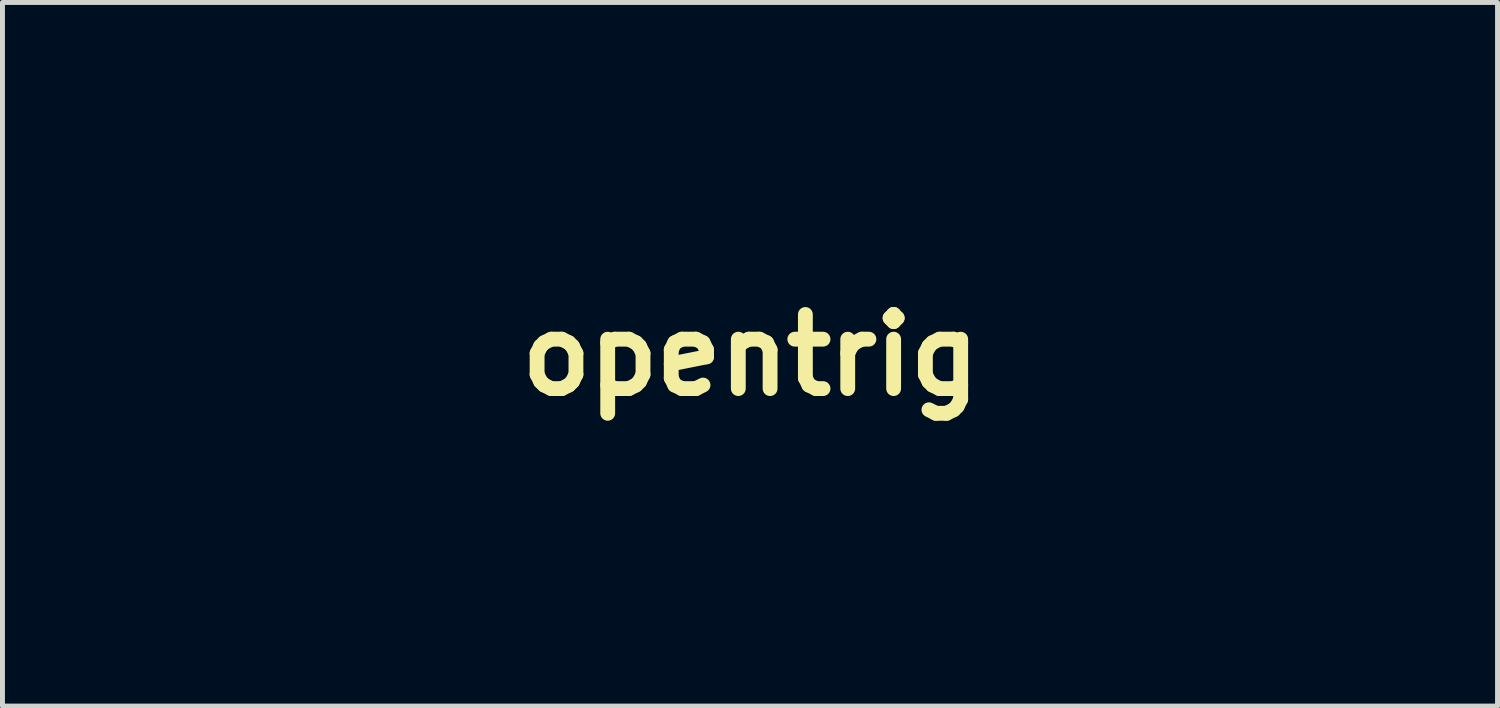
<source format=kicad_pcb>
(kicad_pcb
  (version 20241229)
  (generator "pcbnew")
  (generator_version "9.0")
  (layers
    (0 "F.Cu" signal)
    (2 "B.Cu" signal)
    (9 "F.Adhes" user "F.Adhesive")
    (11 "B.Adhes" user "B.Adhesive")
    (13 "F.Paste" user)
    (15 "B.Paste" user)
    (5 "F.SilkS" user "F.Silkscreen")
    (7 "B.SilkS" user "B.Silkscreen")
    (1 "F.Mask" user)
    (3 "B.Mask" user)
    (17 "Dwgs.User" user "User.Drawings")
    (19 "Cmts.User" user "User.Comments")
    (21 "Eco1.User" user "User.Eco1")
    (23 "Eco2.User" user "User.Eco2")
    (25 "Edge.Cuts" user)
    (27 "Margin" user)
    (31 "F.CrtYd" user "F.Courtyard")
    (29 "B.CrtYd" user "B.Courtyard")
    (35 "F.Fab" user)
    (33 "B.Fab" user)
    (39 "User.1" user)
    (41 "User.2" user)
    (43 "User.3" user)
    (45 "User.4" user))
  (footprint "opentrig"
    (layer "F.Cu")
    (at 12.14 4.135)
    (property "Reference" "opentrig" (at 0 0 0) (layer "F.SilkS") (effects (font (size 1.5 1.5) (thickness 0.3))))
    (attr board_only exclude_from_pos_files exclude_from_bom)
    (fp_poly (pts (xy 7.909 -4.111) (xy 8.07 -4.013) (xy 8.106 -3.973) (xy 8.188 -3.804) (xy 8.189 -3.634) (xy 8.123 -3.48) (xy 8.007 -3.358) (xy 7.854 -3.286) (xy 7.679 -3.281) (xy 7.547 -3.329) (xy 7.438 -3.408) (xy 7.388 -3.459) (xy 7.342 -3.576) (xy 7.331 -3.735) (xy 7.354 -3.887) (xy 7.39 -3.961) (xy 7.539 -4.085) (xy 7.722 -4.135)) (stroke (width 0) (type solid)) (fill yes) (layer "F.Mask"))
    (fp_poly (pts (xy 2.967 2.101) (xy 3.304 2.117) (xy 3.564 2.166) (xy 3.765 2.253) (xy 3.925 2.384) (xy 3.938 2.399) (xy 4.076 2.622) (xy 4.136 2.875) (xy 4.121 3.138) (xy 4.034 3.387) (xy 3.88 3.602) (xy 3.712 3.734) (xy 3.608 3.782) (xy 3.479 3.815) (xy 3.302 3.837) (xy 3.053 3.85) (xy 3.016 3.852) (xy 2.491 3.87) (xy 2.491 2.985) (xy 2.491 2.98) (xy 3.077 2.98) (xy 3.077 3.322) (xy 3.22 3.322) (xy 3.372 3.278) (xy 3.468 3.188) (xy 3.546 3.026) (xy 3.542 2.867) (xy 3.465 2.736) (xy 3.326 2.653) (xy 3.215 2.638) (xy 3.077 2.638) (xy 3.077 2.98) (xy 2.491 2.98) (xy 2.491 2.1)) (stroke (width 0) (type solid)) (fill yes) (layer "F.Mask"))
    (fp_poly (pts (xy 7.031 2.127) (xy 7.243 2.214) (xy 7.424 2.373) (xy 7.439 2.39) (xy 7.589 2.64) (xy 7.653 2.915) (xy 7.629 3.195) (xy 7.516 3.46) (xy 7.499 3.487) (xy 7.382 3.658) (xy 7.552 3.881) (xy 7.722 4.103) (xy 7.361 4.103) (xy 7.174 4.1) (xy 7.06 4.088) (xy 6.996 4.059) (xy 6.958 4.008) (xy 6.948 3.988) (xy 6.896 3.914) (xy 6.804 3.872) (xy 6.645 3.848) (xy 6.379 3.777) (xy 6.152 3.628) (xy 5.981 3.418) (xy 5.881 3.164) (xy 5.862 2.984) (xy 5.863 2.974) (xy 6.448 2.974) (xy 6.486 3.148) (xy 6.587 3.267) (xy 6.728 3.321) (xy 6.887 3.296) (xy 6.962 3.253) (xy 7.03 3.151) (xy 7.057 3.001) (xy 7.043 2.843) (xy 6.988 2.718) (xy 6.976 2.705) (xy 6.845 2.632) (xy 6.702 2.636) (xy 6.572 2.706) (xy 6.479 2.829) (xy 6.448 2.974) (xy 5.863 2.974) (xy 5.905 2.69) (xy 6.028 2.445) (xy 6.22 2.258) (xy 6.471 2.14) (xy 6.76 2.1)) (stroke (width 0) (type solid)) (fill yes) (layer "F.Mask"))
    (fp_poly (pts (xy 5.648 2.977) (xy 5.746 3.247) (xy 5.831 3.483) (xy 5.899 3.671) (xy 5.943 3.796) (xy 5.959 3.844) (xy 5.915 3.852) (xy 5.798 3.857) (xy 5.647 3.859) (xy 5.477 3.856) (xy 5.379 3.842) (xy 5.331 3.807) (xy 5.306 3.743) (xy 5.304 3.737) (xy 5.277 3.666) (xy 5.225 3.63) (xy 5.12 3.616) (xy 5.005 3.615) (xy 4.847 3.619) (xy 4.758 3.641) (xy 4.71 3.69) (xy 4.689 3.737) (xy 4.654 3.805) (xy 4.598 3.842) (xy 4.493 3.856) (xy 4.349 3.859) (xy 4.194 3.853) (xy 4.088 3.839) (xy 4.056 3.822) (xy 4.073 3.767) (xy 4.118 3.635) (xy 4.187 3.442) (xy 4.274 3.203) (xy 4.312 3.098) (xy 4.901 3.098) (xy 4.957 3.125) (xy 4.999 3.126) (xy 5.076 3.119) (xy 5.098 3.081) (xy 5.076 2.984) (xy 5.066 2.953) (xy 5.026 2.851) (xy 4.988 2.838) (xy 4.945 2.916) (xy 4.912 3.016) (xy 4.901 3.098) (xy 4.312 3.098) (xy 4.365 2.955) (xy 4.671 2.125) (xy 5.004 2.125) (xy 5.336 2.125)) (stroke (width 0) (type solid)) (fill yes) (layer "F.Mask"))
    (fp_poly (pts (xy -9.785 -2.559) (xy -9.601 -2.53) (xy -9.439 -2.479) (xy -9.262 -2.4) (xy -8.902 -2.171) (xy -8.608 -1.876) (xy -8.387 -1.525) (xy -8.242 -1.128) (xy -8.178 -0.693) (xy -8.198 -0.229) (xy -8.203 -0.201) (xy -8.311 0.25) (xy -8.494 0.64) (xy -8.748 0.965) (xy -9.072 1.224) (xy -9.277 1.335) (xy -9.441 1.406) (xy -9.59 1.452) (xy -9.755 1.479) (xy -9.97 1.494) (xy -10.083 1.498) (xy -10.348 1.502) (xy -10.549 1.491) (xy -10.721 1.46) (xy -10.868 1.417) (xy -11.256 1.239) (xy -11.582 0.985) (xy -11.843 0.659) (xy -12.024 0.3) (xy -12.093 0.042) (xy -12.132 -0.275) (xy -12.139 -0.546) (xy -11.401 -0.546) (xy -11.401 -0.54) (xy -11.378 -0.195) (xy -11.306 0.083) (xy -11.177 0.319) (xy -11.016 0.502) (xy -10.764 0.683) (xy -10.464 0.793) (xy -10.144 0.829) (xy -9.829 0.785) (xy -9.672 0.729) (xy -9.375 0.55) (xy -9.156 0.314) (xy -9.014 0.02) (xy -8.946 -0.336) (xy -8.939 -0.507) (xy -8.951 -0.816) (xy -8.993 -1.056) (xy -9.074 -1.254) (xy -9.205 -1.435) (xy -9.304 -1.54) (xy -9.545 -1.741) (xy -9.797 -1.857) (xy -10.089 -1.903) (xy -10.172 -1.905) (xy -10.518 -1.861) (xy -10.821 -1.732) (xy -11.072 -1.524) (xy -11.263 -1.242) (xy -11.266 -1.236) (xy -11.336 -1.078) (xy -11.377 -0.935) (xy -11.397 -0.77) (xy -11.401 -0.546) (xy -12.139 -0.546) (xy -12.14 -0.619) (xy -12.117 -0.954) (xy -12.063 -1.249) (xy -12.022 -1.38) (xy -11.822 -1.768) (xy -11.559 -2.084) (xy -11.235 -2.324) (xy -10.856 -2.487) (xy -10.424 -2.57) (xy -10.029 -2.577)) (stroke (width 0) (type solid)) (fill yes) (layer "F.Mask"))
    (fp_poly (pts (xy 10.455 -2.552) (xy 10.821 -2.439) (xy 11.113 -2.273) (xy 11.356 -2.1) (xy 11.39 -2.228) (xy 11.475 -2.398) (xy 11.609 -2.506) (xy 11.767 -2.546) (xy 11.926 -2.508) (xy 12.016 -2.442) (xy 12.04 -2.415) (xy 12.06 -2.38) (xy 12.076 -2.329) (xy 12.088 -2.251) (xy 12.097 -2.138) (xy 12.104 -1.981) (xy 12.108 -1.77) (xy 12.111 -1.496) (xy 12.112 -1.151) (xy 12.113 -0.724) (xy 12.113 -0.305) (xy 12.111 0.168) (xy 12.108 0.607) (xy 12.102 1.002) (xy 12.095 1.342) (xy 12.086 1.618) (xy 12.076 1.818) (xy 12.065 1.932) (xy 12.063 1.944) (xy 11.931 2.333) (xy 11.729 2.668) (xy 11.466 2.939) (xy 11.197 3.111) (xy 11.066 3.171) (xy 10.947 3.211) (xy 10.814 3.236) (xy 10.641 3.251) (xy 10.403 3.259) (xy 10.331 3.26) (xy 10.025 3.261) (xy 9.785 3.249) (xy 9.579 3.22) (xy 9.387 3.176) (xy 9.132 3.096) (xy 8.898 3) (xy 8.704 2.9) (xy 8.568 2.804) (xy 8.508 2.721) (xy 8.508 2.719) (xy 8.516 2.535) (xy 8.601 2.376) (xy 8.67 2.316) (xy 8.733 2.281) (xy 8.797 2.268) (xy 8.886 2.281) (xy 9.023 2.323) (xy 9.215 2.391) (xy 9.64 2.515) (xy 10.039 2.575) (xy 10.402 2.571) (xy 10.717 2.504) (xy 10.972 2.374) (xy 11.075 2.285) (xy 11.231 2.073) (xy 11.33 1.811) (xy 11.376 1.484) (xy 11.381 1.309) (xy 11.381 0.92) (xy 11.198 1.064) (xy 10.844 1.285) (xy 10.465 1.412) (xy 10.066 1.443) (xy 9.809 1.415) (xy 9.403 1.296) (xy 9.047 1.101) (xy 8.748 0.843) (xy 8.509 0.531) (xy 8.336 0.175) (xy 8.231 -0.212) (xy 8.203 -0.604) (xy 8.953 -0.604) (xy 8.979 -0.251) (xy 9.081 0.066) (xy 9.253 0.336) (xy 9.489 0.548) (xy 9.784 0.693) (xy 9.932 0.732) (xy 10.221 0.755) (xy 10.523 0.721) (xy 10.793 0.635) (xy 10.818 0.622) (xy 10.984 0.526) (xy 11.156 0.408) (xy 11.197 0.376) (xy 11.381 0.228) (xy 11.381 -0.564) (xy 11.381 -1.356) (xy 11.189 -1.53) (xy 10.997 -1.69) (xy 10.828 -1.794) (xy 10.649 -1.852) (xy 10.428 -1.876) (xy 10.233 -1.88) (xy 10.007 -1.877) (xy 9.848 -1.862) (xy 9.724 -1.829) (xy 9.606 -1.774) (xy 9.578 -1.758) (xy 9.322 -1.566) (xy 9.136 -1.317) (xy 9.013 -0.997) (xy 9.009 -0.982) (xy 8.953 -0.604) (xy 8.203 -0.604) (xy 8.202 -0.62) (xy 8.251 -1.04) (xy 8.383 -1.459) (xy 8.487 -1.674) (xy 8.71 -1.988) (xy 8.996 -2.239) (xy 9.329 -2.425) (xy 9.694 -2.541) (xy 10.074 -2.585)) (stroke (width 0) (type solid)) (fill yes) (layer "F.Mask"))
    (fp_poly (pts (xy 4.069 -3.249) (xy 4.107 -3.212) (xy 4.127 -3.13) (xy 4.138 -2.981) (xy 4.142 -2.899) (xy 4.156 -2.549) (xy 4.671 -2.532) (xy 4.912 -2.522) (xy 5.074 -2.506) (xy 5.175 -2.483) (xy 5.233 -2.448) (xy 5.248 -2.431) (xy 5.299 -2.375) (xy 5.347 -2.39) (xy 5.398 -2.443) (xy 5.528 -2.522) (xy 5.692 -2.537) (xy 5.849 -2.489) (xy 5.91 -2.442) (xy 5.991 -2.297) (xy 6.008 -2.145) (xy 6.008 -1.945) (xy 6.265 -2.176) (xy 6.427 -2.31) (xy 6.595 -2.429) (xy 6.716 -2.497) (xy 6.857 -2.543) (xy 7.03 -2.574) (xy 7.204 -2.588) (xy 7.349 -2.582) (xy 7.436 -2.556) (xy 7.445 -2.546) (xy 7.506 -2.525) (xy 7.627 -2.523) (xy 7.694 -2.528) (xy 7.859 -2.533) (xy 7.968 -2.499) (xy 8.012 -2.466) (xy 8.037 -2.439) (xy 8.057 -2.404) (xy 8.073 -2.35) (xy 8.085 -2.268) (xy 8.095 -2.147) (xy 8.101 -1.979) (xy 8.105 -1.753) (xy 8.107 -1.459) (xy 8.108 -1.089) (xy 8.108 -0.631) (xy 8.108 -0.565) (xy 8.108 -0.067) (xy 8.107 0.342) (xy 8.103 0.671) (xy 8.094 0.929) (xy 8.08 1.124) (xy 8.059 1.264) (xy 8.029 1.36) (xy 7.988 1.419) (xy 7.937 1.451) (xy 7.872 1.463) (xy 7.792 1.465) (xy 7.766 1.465) (xy 7.586 1.436) (xy 7.475 1.358) (xy 7.448 1.325) (xy 7.426 1.284) (xy 7.409 1.225) (xy 7.396 1.136) (xy 7.387 1.008) (xy 7.382 0.829) (xy 7.378 0.59) (xy 7.376 0.278) (xy 7.376 -0.116) (xy 7.376 -0.32) (xy 7.376 -1.891) (xy 7.119 -1.869) (xy 6.765 -1.79) (xy 6.439 -1.62) (xy 6.217 -1.433) (xy 6.008 -1.224) (xy 6.008 0.023) (xy 6.008 0.405) (xy 6.006 0.702) (xy 6.002 0.925) (xy 5.995 1.087) (xy 5.984 1.199) (xy 5.968 1.273) (xy 5.947 1.323) (xy 5.919 1.359) (xy 5.91 1.368) (xy 5.782 1.441) (xy 5.621 1.464) (xy 5.47 1.434) (xy 5.402 1.39) (xy 5.343 1.345) (xy 5.275 1.35) (xy 5.167 1.402) (xy 5.054 1.448) (xy 4.905 1.476) (xy 4.696 1.488) (xy 4.543 1.49) (xy 4.213 1.473) (xy 3.959 1.418) (xy 3.764 1.318) (xy 3.612 1.166) (xy 3.558 1.088) (xy 3.525 1.031) (xy 3.498 0.973) (xy 3.478 0.902) (xy 3.463 0.806) (xy 3.452 0.672) (xy 3.444 0.488) (xy 3.438 0.243) (xy 3.433 -0.076) (xy 3.429 -0.472) (xy 3.414 -1.848) (xy 3.383 -1.85) (xy 4.152 -1.85) (xy 4.152 -0.658) (xy 4.154 -0.202) (xy 4.162 0.159) (xy 4.175 0.425) (xy 4.192 0.594) (xy 4.208 0.655) (xy 4.318 0.785) (xy 4.496 0.849) (xy 4.736 0.846) (xy 4.738 0.845) (xy 4.915 0.826) (xy 5.082 0.815) (xy 5.117 0.814) (xy 5.275 0.813) (xy 5.275 -0.576) (xy 5.275 -0.98) (xy 5.274 -1.297) (xy 5.271 -1.536) (xy 5.265 -1.709) (xy 5.257 -1.824) (xy 5.245 -1.893) (xy 5.229 -1.925) (xy 5.207 -1.93) (xy 5.19 -1.924) (xy 5.106 -1.905) (xy 4.95 -1.887) (xy 4.749 -1.872) (xy 4.628 -1.867) (xy 4.152 -1.85) (xy 3.383 -1.85) (xy 3.104 -1.864) (xy 2.794 -1.881) (xy 2.875 -1.734) (xy 2.899 -1.679) (xy 2.918 -1.601) (xy 2.933 -1.49) (xy 2.945 -1.335) (xy 2.954 -1.124) (xy 2.961 -0.846) (xy 2.966 -0.491) (xy 2.97 -0.161) (xy 2.974 0.249) (xy 2.976 0.574) (xy 2.976 0.823) (xy 2.973 1.008) (xy 2.965 1.14) (xy 2.954 1.23) (xy 2.937 1.29) (xy 2.915 1.33) (xy 2.887 1.363) (xy 2.885 1.365) (xy 2.745 1.444) (xy 2.57 1.463) (xy 2.405 1.42) (xy 2.366 1.396) (xy 2.338 1.37) (xy 2.315 1.331) (xy 2.298 1.267) (xy 2.284 1.166) (xy 2.274 1.019) (xy 2.265 0.812) (xy 2.258 0.536) (xy 2.25 0.178) (xy 2.247 -0.008) (xy 2.239 -0.409) (xy 2.231 -0.724) (xy 2.223 -0.966) (xy 2.212 -1.149) (xy 2.198 -1.283) (xy 2.181 -1.381) (xy 2.158 -1.456) (xy 2.129 -1.521) (xy 2.122 -1.534) (xy 1.984 -1.725) (xy 1.801 -1.843) (xy 1.56 -1.892) (xy 1.367 -1.891) (xy 1.12 -1.86) (xy 0.911 -1.791) (xy 0.712 -1.672) (xy 0.492 -1.487) (xy 0.455 -1.452) (xy 0.195 -1.207) (xy 0.195 0.000497) (xy 0.195 0.376) (xy 0.193 0.667) (xy 0.189 0.885) (xy 0.182 1.043) (xy 0.17 1.154) (xy 0.153 1.231) (xy 0.13 1.285) (xy 0.099 1.33) (xy 0.094 1.337) (xy -0.04 1.437) (xy -0.207 1.47) (xy -0.371 1.434) (xy -0.469 1.363) (xy -0.502 1.317) (xy -0.527 1.255) (xy -0.545 1.161) (xy -0.558 1.022) (xy -0.567 0.822) (xy -0.574 0.546) (xy -0.577 0.359) (xy -0.592 -0.543) (xy -0.69 -0.418) (xy -0.789 -0.293) (xy -2.178 -0.293) (xy -3.568 -0.293) (xy -3.537 -0.159) (xy -3.497 -0.03) (xy -3.433 0.131) (xy -3.411 0.181) (xy -3.24 0.437) (xy -3.003 0.63) (xy -2.71 0.758) (xy -2.369 0.818) (xy -1.992 0.808) (xy -1.588 0.726) (xy -1.376 0.657) (xy -1.019 0.523) (xy -0.888 0.621) (xy -0.761 0.753) (xy -0.732 0.89) (xy -0.799 1.029) (xy -0.964 1.172) (xy -1.213 1.311) (xy -1.587 1.49) (xy -2.247 1.488) (xy -2.528 1.486) (xy -2.736 1.477) (xy -2.893 1.46) (xy -3.025 1.431) (xy -3.155 1.388) (xy -3.199 1.37) (xy -3.483 1.217) (xy -3.748 1) (xy -3.971 0.744) (xy -4.125 0.474) (xy -4.138 0.441) (xy -4.237 0.175) (xy -4.371 0.437) (xy -4.598 0.792) (xy -4.881 1.08) (xy -5.207 1.298) (xy -5.562 1.443) (xy -5.936 1.511) (xy -6.314 1.498) (xy -6.684 1.401) (xy -7.033 1.216) (xy -7.059 1.198) (xy -7.303 1.025) (xy -7.327 2.031) (xy -7.351 3.037) (xy -7.488 3.155) (xy -7.609 3.243) (xy -7.711 3.264) (xy -7.815 3.238) (xy -7.911 3.185) (xy -7.974 3.137) (xy -7.993 3.115) (xy -8.008 3.081) (xy -8.021 3.026) (xy -8.032 2.943) (xy -8.04 2.823) (xy -8.047 2.659) (xy -8.052 2.444) (xy -8.055 2.17) (xy -8.057 1.828) (xy -8.059 1.412) (xy -8.059 0.914) (xy -8.06 0.342) (xy -8.059 -0.243) (xy -8.059 -0.739) (xy -8.058 -1.152) (xy -8.056 -1.357) (xy -7.329 -1.357) (xy -7.316 -0.522) (xy -7.303 0.314) (xy -7.058 0.5) (xy -6.885 0.615) (xy -6.7 0.714) (xy -6.594 0.758) (xy -6.36 0.804) (xy -6.092 0.81) (xy -5.833 0.779) (xy -5.622 0.713) (xy -5.615 0.709) (xy -5.426 0.589) (xy -5.243 0.429) (xy -5.098 0.262) (xy -5.055 0.193) (xy -4.973 -0.034) (xy -4.923 -0.315) (xy -4.912 -0.61) (xy -4.935 -0.841) (xy -4.953 -0.919) (xy -3.566 -0.919) (xy -3.519 -0.908) (xy -3.389 -0.898) (xy -3.188 -0.889) (xy -2.93 -0.883) (xy -2.629 -0.88) (xy -2.447 -0.879) (xy -1.329 -0.879) (xy -1.376 -1.085) (xy -1.488 -1.386) (xy -1.666 -1.629) (xy -1.895 -1.807) (xy -2.16 -1.918) (xy -2.445 -1.956) (xy -2.736 -1.916) (xy -3.016 -1.793) (xy -3.204 -1.651) (xy -3.379 -1.452) (xy -3.485 -1.231) (xy -3.492 -1.206) (xy -3.534 -1.059) (xy -3.561 -0.952) (xy -3.566 -0.919) (xy -4.953 -0.919) (xy -4.991 -1.09) (xy -5.065 -1.277) (xy -5.175 -1.439) (xy -5.309 -1.581) (xy -5.562 -1.763) (xy -5.857 -1.866) (xy -6.179 -1.891) (xy -6.512 -1.839) (xy -6.842 -1.71) (xy -7.153 -1.505) (xy -7.175 -1.487) (xy -7.329 -1.357) (xy -8.056 -1.357) (xy -8.055 -1.491) (xy -8.052 -1.763) (xy -8.047 -1.977) (xy -8.041 -2.139) (xy -8.032 -2.258) (xy -8.022 -2.341) (xy -8.009 -2.397) (xy -7.993 -2.432) (xy -7.974 -2.455) (xy -7.97 -2.459) (xy -7.861 -2.515) (xy -7.717 -2.54) (xy -7.709 -2.54) (xy -7.527 -2.498) (xy -7.398 -2.374) (xy -7.336 -2.228) (xy -7.302 -2.1) (xy -7.059 -2.273) (xy -6.71 -2.466) (xy -6.34 -2.57) (xy -5.962 -2.589) (xy -5.588 -2.527) (xy -5.23 -2.387) (xy -4.9 -2.173) (xy -4.612 -1.888) (xy -4.377 -1.535) (xy -4.361 -1.505) (xy -4.285 -1.365) (xy -4.229 -1.28) (xy -4.203 -1.265) (xy -4.202 -1.27) (xy -4.17 -1.406) (xy -4.087 -1.588) (xy -3.97 -1.788) (xy -3.836 -1.98) (xy -3.698 -2.137) (xy -3.681 -2.153) (xy -3.47 -2.327) (xy -3.255 -2.446) (xy -3.013 -2.521) (xy -2.718 -2.557) (xy -2.442 -2.564) (xy -2.198 -2.562) (xy -2.022 -2.55) (xy -1.884 -2.524) (xy -1.755 -2.48) (xy -1.65 -2.433) (xy -1.329 -2.232) (xy -1.051 -1.957) (xy -0.831 -1.63) (xy -0.686 -1.271) (xy -0.646 -1.088) (xy -0.632 -1.02) (xy -0.62 -1.024) (xy -0.609 -1.105) (xy -0.599 -1.271) (xy -0.588 -1.528) (xy -0.586 -1.595) (xy -0.572 -1.922) (xy -0.552 -2.165) (xy -0.519 -2.335) (xy -0.47 -2.445) (xy -0.399 -2.507) (xy -0.299 -2.535) (xy -0.191 -2.54) (xy -0.01 -2.497) (xy 0.121 -2.379) (xy 0.189 -2.199) (xy 0.195 -2.114) (xy 0.195 -1.946) (xy 0.419 -2.143) (xy 0.697 -2.354) (xy 0.973 -2.489) (xy 1.283 -2.561) (xy 1.49 -2.579) (xy 1.86 -2.566) (xy 2.17 -2.482) (xy 2.432 -2.323) (xy 2.535 -2.228) (xy 2.689 -2.069) (xy 3.285 -2.673) (xy 3.512 -2.899) (xy 3.683 -3.063) (xy 3.808 -3.172) (xy 3.9 -3.235) (xy 3.967 -3.261) (xy 4.005 -3.263)) (stroke (width 0) (type solid)) (fill yes) (layer "F.Mask")))
  (gr_rect
    (start -3 -3)
    (end 27.253 11.238)
    (stroke (width 0.1) (type default))
    (fill no)
    (layer "Edge.Cuts")))
</source>
